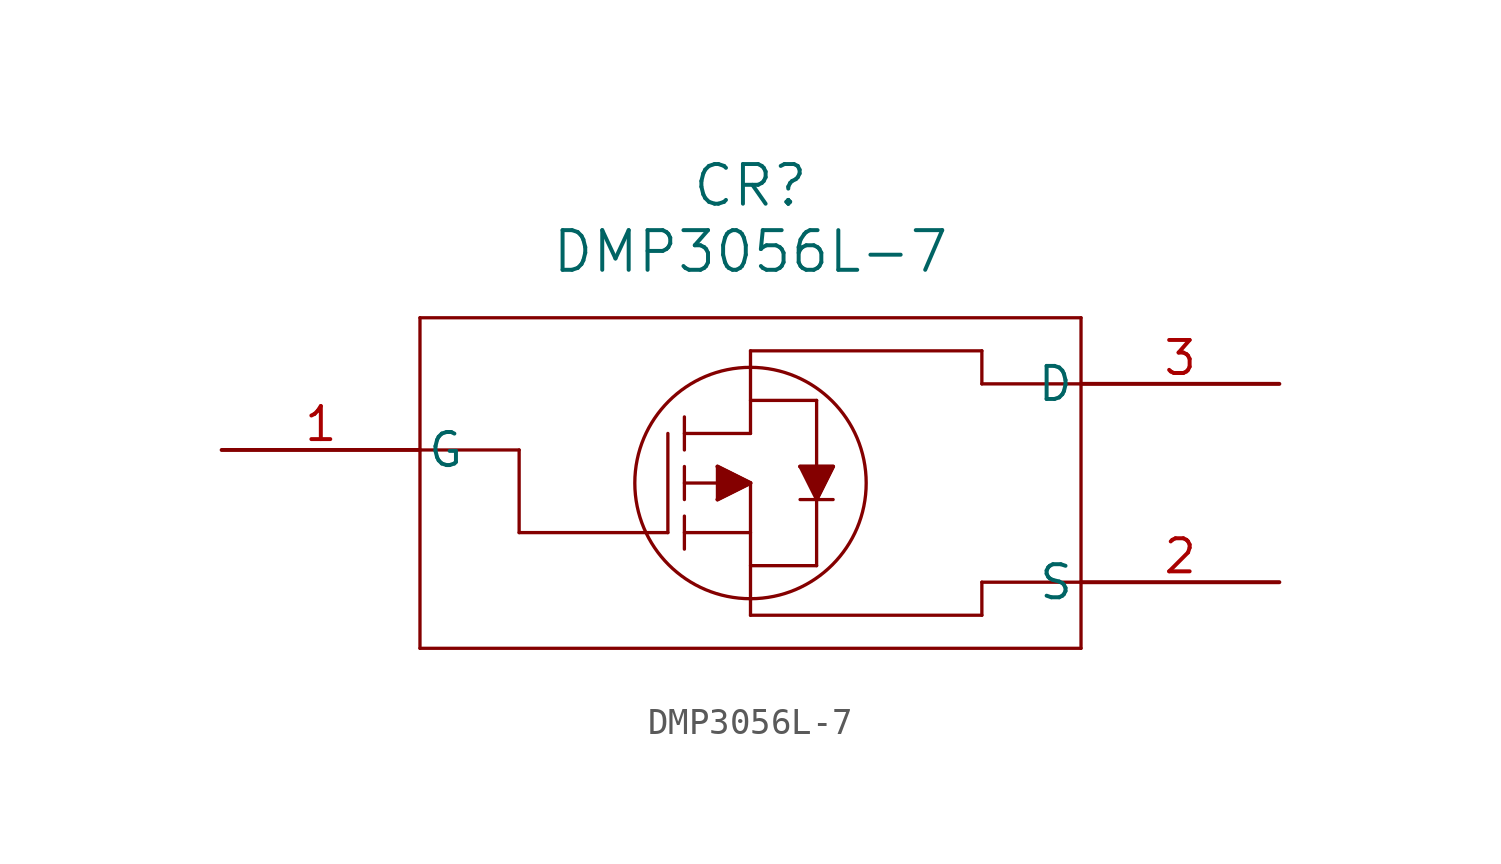
<source format=kicad_sym>
(kicad_symbol_lib
  (version 20211014)
  (generator kicad_symbol_editor)
  (symbol "DMP3056L-7"
    (pin_names
      (offset 0.254))
    (property "Reference" "CR"
      (at 20.32 10.16 0)
      (effects (font (size 1.524 1.524))))
    (property "Value" "DMP3056L-7"
      (at 20.32 7.62 0)
      (effects (font (size 1.524 1.524))))
    (symbol "DMP3056L-7_0_1"
      (polyline (pts (xy 7.62 5.08) (xy 7.62 -7.62)) (stroke (width 0.127) (type default) (color 0 0 0 0)) (fill (type none)))
      (polyline (pts (xy 7.62 -7.62) (xy 33.02 -7.62)) (stroke (width 0.127) (type default) (color 0 0 0 0)) (fill (type none)))
      (polyline (pts (xy 33.02 -7.62) (xy 33.02 5.08)) (stroke (width 0.127) (type default) (color 0 0 0 0)) (fill (type none)))
      (polyline (pts (xy 33.02 5.08) (xy 7.62 5.08)) (stroke (width 0.127) (type default) (color 0 0 0 0)) (fill (type none)))
      (polyline (pts (xy 20.32 -1.27) (xy 17.78 -1.27)) (stroke (width 0.127) (type default) (color 0 0 0 0)) (fill (type none)))
      (polyline (pts (xy 17.78 -1.905) (xy 17.78 -0.635)) (stroke (width 0.127) (type default) (color 0 0 0 0)) (fill (type none)))
      (polyline (pts (xy 17.78 0) (xy 17.78 1.27)) (stroke (width 0.127) (type default) (color 0 0 0 0)) (fill (type none)))
      (polyline (pts (xy 17.78 -2.54) (xy 17.78 -3.81)) (stroke (width 0.127) (type default) (color 0 0 0 0)) (fill (type none)))
      (polyline (pts (xy 17.78 -3.175) (xy 20.32 -3.175)) (stroke (width 0.127) (type default) (color 0 0 0 0)) (fill (type none)))
      (polyline (pts (xy 17.78 0.635) (xy 20.32 0.635)) (stroke (width 0.127) (type default) (color 0 0 0 0)) (fill (type none)))
      (polyline (pts (xy 20.32 0.635) (xy 20.32 3.81)) (stroke (width 0.127) (type default) (color 0 0 0 0)) (fill (type none)))
      (polyline (pts (xy 20.32 -1.27) (xy 20.32 -6.35)) (stroke (width 0.127) (type default) (color 0 0 0 0)) (fill (type none)))
      (polyline (pts (xy 20.32 -4.445) (xy 22.86 -4.445)) (stroke (width 0.127) (type default) (color 0 0 0 0)) (fill (type none)))
      (polyline (pts (xy 22.86 -4.445) (xy 22.86 1.905)) (stroke (width 0.127) (type default) (color 0 0 0 0)) (fill (type none)))
      (polyline (pts (xy 22.86 1.905) (xy 20.32 1.905)) (stroke (width 0.127) (type default) (color 0 0 0 0)) (fill (type none)))
      (polyline (pts (xy 22.225 -0.635) (xy 23.495 -0.635)) (stroke (width 0.127) (type default) (color 0 0 0 0)) (fill (type none)))
      (polyline (pts (xy 23.495 -0.635) (xy 22.86 -1.905)) (stroke (width 0.127) (type default) (color 0 0 0 0)) (fill (type none)))
      (polyline (pts (xy 22.86 -1.905) (xy 22.225 -0.635)) (stroke (width 0.127) (type default) (color 0 0 0 0)) (fill (type none)))
      (polyline (pts (xy 22.225 -1.905) (xy 23.495 -1.905)) (stroke (width 0.127) (type default) (color 0 0 0 0)) (fill (type none)))
      (polyline (pts (xy 20.32 -1.27) (xy 19.05 -0.635)) (stroke (width 0.127) (type default) (color 0 0 0 0)) (fill (type none)))
      (polyline (pts (xy 19.05 -0.635) (xy 19.05 -1.905)) (stroke (width 0.127) (type default) (color 0 0 0 0)) (fill (type none)))
      (polyline (pts (xy 19.05 -1.905) (xy 20.32 -1.27)) (stroke (width 0.127) (type default) (color 0 0 0 0)) (fill (type none)))
      (polyline (pts (xy 17.145 0.635) (xy 17.145 -3.175)) (stroke (width 0.127) (type default) (color 0 0 0 0)) (fill (type none)))
      (polyline (pts (xy 17.145 -3.175) (xy 11.43 -3.175)) (stroke (width 0.127) (type default) (color 0 0 0 0)) (fill (type none)))
      (polyline (pts (xy 11.43 -3.175) (xy 11.43 0)) (stroke (width 0.127) (type default) (color 0 0 0 0)) (fill (type none)))
      (polyline (pts (xy 11.43 0) (xy 7.62 0)) (stroke (width 0.127) (type default) (color 0 0 0 0)) (fill (type none)))
      (polyline (pts (xy 33.02 2.54) (xy 29.21 2.54)) (stroke (width 0.127) (type default) (color 0 0 0 0)) (fill (type none)))
      (polyline (pts (xy 33.02 -5.08) (xy 29.21 -5.08)) (stroke (width 0.127) (type default) (color 0 0 0 0)) (fill (type none)))
      (polyline (pts (xy 20.32 -6.35) (xy 29.21 -6.35)) (stroke (width 0.127) (type default) (color 0 0 0 0)) (fill (type none)))
      (polyline (pts (xy 29.21 -6.35) (xy 29.21 -5.08)) (stroke (width 0.127) (type default) (color 0 0 0 0)) (fill (type none)))
      (polyline (pts (xy 20.32 3.81) (xy 29.21 3.81)) (stroke (width 0.127) (type default) (color 0 0 0 0)) (fill (type none)))
      (polyline (pts (xy 29.21 3.81) (xy 29.21 2.54)) (stroke (width 0.127) (type default) (color 0 0 0 0)) (fill (type none)))
      (polyline (pts (xy 19.05 -0.635) (xy 20.32 -1.27) (xy 19.05 -1.905)) (stroke (width 0) (type default) (color 0 0 0 0)) (fill (type outline)))
      (polyline (pts (xy 22.225 -0.635) (xy 23.495 -0.635) (xy 22.86 -1.905)) (stroke (width 0) (type default) (color 0 0 0 0)) (fill (type outline)))
      (circle (center 20.32 -1.27) (radius 4.445) (stroke (width 0.127) (type default) (color 0 0 0 0)) (fill (type none)))
      (pin unspecified line (at 0 0 0) (length 7.62) (name "G" (effects (font (size 1.27 1.27)))) (number "1" (effects (font (size 1.27 1.27)))))
      (pin unspecified line (at 40.64 -5.08 180) (length 7.62) (name "S" (effects (font (size 1.27 1.27)))) (number "2" (effects (font (size 1.27 1.27)))))
      (pin unspecified line (at 40.64 2.54 180) (length 7.62) (name "D" (effects (font (size 1.27 1.27)))) (number "3" (effects (font (size 1.27 1.27))))))))
</source>
